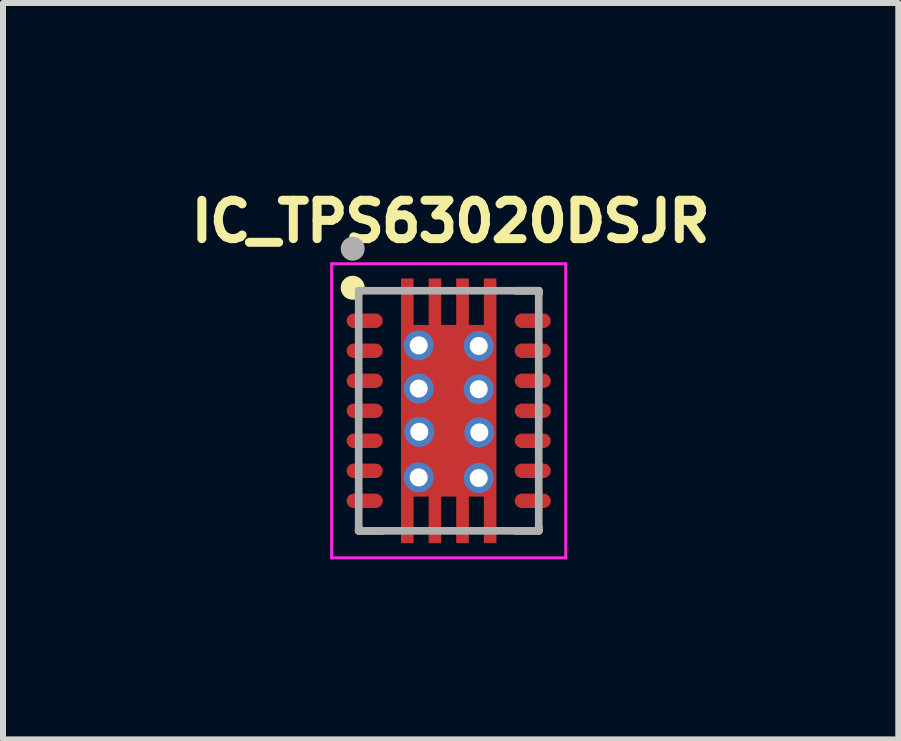
<source format=kicad_pcb>
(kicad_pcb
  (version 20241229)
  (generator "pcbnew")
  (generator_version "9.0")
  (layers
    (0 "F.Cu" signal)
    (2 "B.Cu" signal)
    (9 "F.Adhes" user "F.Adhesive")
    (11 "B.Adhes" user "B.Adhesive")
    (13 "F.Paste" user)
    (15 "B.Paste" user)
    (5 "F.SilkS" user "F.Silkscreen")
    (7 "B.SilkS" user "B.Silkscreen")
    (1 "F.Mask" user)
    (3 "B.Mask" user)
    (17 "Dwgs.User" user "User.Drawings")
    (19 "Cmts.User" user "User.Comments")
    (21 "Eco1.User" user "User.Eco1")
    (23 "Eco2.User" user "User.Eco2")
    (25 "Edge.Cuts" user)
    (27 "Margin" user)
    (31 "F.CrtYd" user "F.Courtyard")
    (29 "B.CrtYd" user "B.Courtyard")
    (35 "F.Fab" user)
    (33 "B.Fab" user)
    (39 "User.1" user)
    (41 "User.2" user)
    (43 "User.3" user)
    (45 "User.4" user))
  (footprint "IC_TPS63020DSJR"
    (layer "F.Cu")
    (at 4.426 3.794)
    (property "Reference" "IC_TPS63020DSJR" (at 0.032 -3.156 0) (layer "F.SilkS") (effects (font (size 0.64 0.64) (thickness 0.15))))
    (attr smd)
    (fp_poly (pts (xy -0.86 -2.27) (xy -0.52 -2.27) (xy -0.52 -1.495) (xy -0.4 -1.495) (xy -0.4 -2.27) (xy -0.06 -2.27) (xy -0.06 -1.495) (xy 0.06 -1.495) (xy 0.06 -2.27) (xy 0.4 -2.27) (xy 0.4 -1.495) (xy 0.52 -1.495) (xy 0.52 -2.27) (xy 0.86 -2.27) (xy 0.86 2.27) (xy 0.52 2.27) (xy 0.52 1.495) (xy 0.4 1.495) (xy 0.4 2.27) (xy 0.06 2.27) (xy 0.06 1.495) (xy -0.06 1.495) (xy -0.06 2.27) (xy -0.4 2.27) (xy -0.4 1.495) (xy -0.52 1.495) (xy -0.52 2.27) (xy -0.86 2.27)) (stroke (width 0.01) (type solid)) (fill yes) (layer "F.Mask"))
    (fp_poly (pts (xy -1.22 -1.69) (xy -1.21 -1.69) (xy -1.2 -1.689) (xy -1.19 -1.688) (xy -1.18 -1.686) (xy -1.171 -1.684) (xy -1.161 -1.681) (xy -1.152 -1.677) (xy -1.143 -1.674) (xy -1.134 -1.669) (xy -1.125 -1.665) (xy -1.117 -1.659) (xy -1.108 -1.654) (xy -1.1 -1.648) (xy -1.093 -1.641) (xy -1.086 -1.634) (xy -1.079 -1.627) (xy -1.072 -1.62) (xy -1.066 -1.612) (xy -1.061 -1.603) (xy -1.055 -1.595) (xy -1.051 -1.586) (xy -1.046 -1.577) (xy -1.043 -1.568) (xy -1.039 -1.559) (xy -1.036 -1.549) (xy -1.034 -1.54) (xy -1.032 -1.53) (xy -1.031 -1.52) (xy -1.03 -1.51) (xy -1.03 -1.5) (xy -1.03 -1.49) (xy -1.031 -1.48) (xy -1.032 -1.47) (xy -1.034 -1.46) (xy -1.036 -1.451) (xy -1.039 -1.441) (xy -1.043 -1.432) (xy -1.046 -1.423) (xy -1.051 -1.414) (xy -1.055 -1.405) (xy -1.061 -1.397) (xy -1.066 -1.388) (xy -1.072 -1.38) (xy -1.079 -1.373) (xy -1.086 -1.366) (xy -1.093 -1.359) (xy -1.1 -1.352) (xy -1.108 -1.346) (xy -1.117 -1.341) (xy -1.125 -1.335) (xy -1.134 -1.331) (xy -1.143 -1.326) (xy -1.152 -1.323) (xy -1.161 -1.319) (xy -1.171 -1.316) (xy -1.18 -1.314) (xy -1.19 -1.312) (xy -1.2 -1.311) (xy -1.21 -1.31) (xy -1.22 -1.31) (xy -1.58 -1.31) (xy -1.59 -1.31) (xy -1.6 -1.311) (xy -1.61 -1.312) (xy -1.62 -1.314) (xy -1.629 -1.316) (xy -1.639 -1.319) (xy -1.648 -1.323) (xy -1.657 -1.326) (xy -1.666 -1.331) (xy -1.675 -1.335) (xy -1.683 -1.341) (xy -1.692 -1.346) (xy -1.7 -1.352) (xy -1.707 -1.359) (xy -1.714 -1.366) (xy -1.721 -1.373) (xy -1.728 -1.38) (xy -1.734 -1.388) (xy -1.739 -1.397) (xy -1.745 -1.405) (xy -1.749 -1.414) (xy -1.754 -1.423) (xy -1.757 -1.432) (xy -1.761 -1.441) (xy -1.764 -1.451) (xy -1.766 -1.46) (xy -1.768 -1.47) (xy -1.769 -1.48) (xy -1.77 -1.49) (xy -1.77 -1.5) (xy -1.77 -1.51) (xy -1.769 -1.52) (xy -1.768 -1.53) (xy -1.766 -1.54) (xy -1.764 -1.549) (xy -1.761 -1.559) (xy -1.757 -1.568) (xy -1.754 -1.577) (xy -1.749 -1.586) (xy -1.745 -1.595) (xy -1.739 -1.603) (xy -1.734 -1.612) (xy -1.728 -1.62) (xy -1.721 -1.627) (xy -1.714 -1.634) (xy -1.707 -1.641) (xy -1.7 -1.648) (xy -1.692 -1.654) (xy -1.683 -1.659) (xy -1.675 -1.665) (xy -1.666 -1.669) (xy -1.657 -1.674) (xy -1.648 -1.677) (xy -1.639 -1.681) (xy -1.629 -1.684) (xy -1.62 -1.686) (xy -1.61 -1.688) (xy -1.6 -1.689) (xy -1.59 -1.69) (xy -1.58 -1.69) (xy -1.22 -1.69)) (stroke (width 0.01) (type solid)) (fill yes) (layer "F.Mask"))
    (fp_poly (pts (xy -1.22 -1.19) (xy -1.21 -1.19) (xy -1.2 -1.189) (xy -1.19 -1.188) (xy -1.18 -1.186) (xy -1.171 -1.184) (xy -1.161 -1.181) (xy -1.152 -1.177) (xy -1.143 -1.174) (xy -1.134 -1.169) (xy -1.125 -1.165) (xy -1.117 -1.159) (xy -1.108 -1.154) (xy -1.1 -1.148) (xy -1.093 -1.141) (xy -1.086 -1.134) (xy -1.079 -1.127) (xy -1.072 -1.12) (xy -1.066 -1.112) (xy -1.061 -1.103) (xy -1.055 -1.095) (xy -1.051 -1.086) (xy -1.046 -1.077) (xy -1.043 -1.068) (xy -1.039 -1.059) (xy -1.036 -1.049) (xy -1.034 -1.04) (xy -1.032 -1.03) (xy -1.031 -1.02) (xy -1.03 -1.01) (xy -1.03 -1) (xy -1.03 -0.99) (xy -1.031 -0.98) (xy -1.032 -0.97) (xy -1.034 -0.96) (xy -1.036 -0.951) (xy -1.039 -0.941) (xy -1.043 -0.932) (xy -1.046 -0.923) (xy -1.051 -0.914) (xy -1.055 -0.905) (xy -1.061 -0.897) (xy -1.066 -0.888) (xy -1.072 -0.88) (xy -1.079 -0.873) (xy -1.086 -0.866) (xy -1.093 -0.859) (xy -1.1 -0.852) (xy -1.108 -0.846) (xy -1.117 -0.841) (xy -1.125 -0.835) (xy -1.134 -0.831) (xy -1.143 -0.826) (xy -1.152 -0.823) (xy -1.161 -0.819) (xy -1.171 -0.816) (xy -1.18 -0.814) (xy -1.19 -0.812) (xy -1.2 -0.811) (xy -1.21 -0.81) (xy -1.22 -0.81) (xy -1.58 -0.81) (xy -1.59 -0.81) (xy -1.6 -0.811) (xy -1.61 -0.812) (xy -1.62 -0.814) (xy -1.629 -0.816) (xy -1.639 -0.819) (xy -1.648 -0.823) (xy -1.657 -0.826) (xy -1.666 -0.831) (xy -1.675 -0.835) (xy -1.683 -0.841) (xy -1.692 -0.846) (xy -1.7 -0.852) (xy -1.707 -0.859) (xy -1.714 -0.866) (xy -1.721 -0.873) (xy -1.728 -0.88) (xy -1.734 -0.888) (xy -1.739 -0.897) (xy -1.745 -0.905) (xy -1.749 -0.914) (xy -1.754 -0.923) (xy -1.757 -0.932) (xy -1.761 -0.941) (xy -1.764 -0.951) (xy -1.766 -0.96) (xy -1.768 -0.97) (xy -1.769 -0.98) (xy -1.77 -0.99) (xy -1.77 -1) (xy -1.77 -1.01) (xy -1.769 -1.02) (xy -1.768 -1.03) (xy -1.766 -1.04) (xy -1.764 -1.049) (xy -1.761 -1.059) (xy -1.757 -1.068) (xy -1.754 -1.077) (xy -1.749 -1.086) (xy -1.745 -1.095) (xy -1.739 -1.103) (xy -1.734 -1.112) (xy -1.728 -1.12) (xy -1.721 -1.127) (xy -1.714 -1.134) (xy -1.707 -1.141) (xy -1.7 -1.148) (xy -1.692 -1.154) (xy -1.683 -1.159) (xy -1.675 -1.165) (xy -1.666 -1.169) (xy -1.657 -1.174) (xy -1.648 -1.177) (xy -1.639 -1.181) (xy -1.629 -1.184) (xy -1.62 -1.186) (xy -1.61 -1.188) (xy -1.6 -1.189) (xy -1.59 -1.19) (xy -1.58 -1.19) (xy -1.22 -1.19)) (stroke (width 0.01) (type solid)) (fill yes) (layer "F.Mask"))
    (fp_poly (pts (xy -1.22 -0.69) (xy -1.21 -0.69) (xy -1.2 -0.689) (xy -1.19 -0.688) (xy -1.18 -0.686) (xy -1.171 -0.684) (xy -1.161 -0.681) (xy -1.152 -0.677) (xy -1.143 -0.674) (xy -1.134 -0.669) (xy -1.125 -0.665) (xy -1.117 -0.659) (xy -1.108 -0.654) (xy -1.1 -0.648) (xy -1.093 -0.641) (xy -1.086 -0.634) (xy -1.079 -0.627) (xy -1.072 -0.62) (xy -1.066 -0.612) (xy -1.061 -0.603) (xy -1.055 -0.595) (xy -1.051 -0.586) (xy -1.046 -0.577) (xy -1.043 -0.568) (xy -1.039 -0.559) (xy -1.036 -0.549) (xy -1.034 -0.54) (xy -1.032 -0.53) (xy -1.031 -0.52) (xy -1.03 -0.51) (xy -1.03 -0.5) (xy -1.03 -0.49) (xy -1.031 -0.48) (xy -1.032 -0.47) (xy -1.034 -0.46) (xy -1.036 -0.451) (xy -1.039 -0.441) (xy -1.043 -0.432) (xy -1.046 -0.423) (xy -1.051 -0.414) (xy -1.055 -0.405) (xy -1.061 -0.397) (xy -1.066 -0.388) (xy -1.072 -0.38) (xy -1.079 -0.373) (xy -1.086 -0.366) (xy -1.093 -0.359) (xy -1.1 -0.352) (xy -1.108 -0.346) (xy -1.117 -0.341) (xy -1.125 -0.335) (xy -1.134 -0.331) (xy -1.143 -0.326) (xy -1.152 -0.323) (xy -1.161 -0.319) (xy -1.171 -0.316) (xy -1.18 -0.314) (xy -1.19 -0.312) (xy -1.2 -0.311) (xy -1.21 -0.31) (xy -1.22 -0.31) (xy -1.58 -0.31) (xy -1.59 -0.31) (xy -1.6 -0.311) (xy -1.61 -0.312) (xy -1.62 -0.314) (xy -1.629 -0.316) (xy -1.639 -0.319) (xy -1.648 -0.323) (xy -1.657 -0.326) (xy -1.666 -0.331) (xy -1.675 -0.335) (xy -1.683 -0.341) (xy -1.692 -0.346) (xy -1.7 -0.352) (xy -1.707 -0.359) (xy -1.714 -0.366) (xy -1.721 -0.373) (xy -1.728 -0.38) (xy -1.734 -0.388) (xy -1.739 -0.397) (xy -1.745 -0.405) (xy -1.749 -0.414) (xy -1.754 -0.423) (xy -1.757 -0.432) (xy -1.761 -0.441) (xy -1.764 -0.451) (xy -1.766 -0.46) (xy -1.768 -0.47) (xy -1.769 -0.48) (xy -1.77 -0.49) (xy -1.77 -0.5) (xy -1.77 -0.51) (xy -1.769 -0.52) (xy -1.768 -0.53) (xy -1.766 -0.54) (xy -1.764 -0.549) (xy -1.761 -0.559) (xy -1.757 -0.568) (xy -1.754 -0.577) (xy -1.749 -0.586) (xy -1.745 -0.595) (xy -1.739 -0.603) (xy -1.734 -0.612) (xy -1.728 -0.62) (xy -1.721 -0.627) (xy -1.714 -0.634) (xy -1.707 -0.641) (xy -1.7 -0.648) (xy -1.692 -0.654) (xy -1.683 -0.659) (xy -1.675 -0.665) (xy -1.666 -0.669) (xy -1.657 -0.674) (xy -1.648 -0.677) (xy -1.639 -0.681) (xy -1.629 -0.684) (xy -1.62 -0.686) (xy -1.61 -0.688) (xy -1.6 -0.689) (xy -1.59 -0.69) (xy -1.58 -0.69) (xy -1.22 -0.69)) (stroke (width 0.01) (type solid)) (fill yes) (layer "F.Mask"))
    (fp_poly (pts (xy -1.22 -0.19) (xy -1.21 -0.19) (xy -1.2 -0.189) (xy -1.19 -0.188) (xy -1.18 -0.186) (xy -1.171 -0.184) (xy -1.161 -0.181) (xy -1.152 -0.177) (xy -1.143 -0.174) (xy -1.134 -0.169) (xy -1.125 -0.165) (xy -1.117 -0.159) (xy -1.108 -0.154) (xy -1.1 -0.148) (xy -1.093 -0.141) (xy -1.086 -0.134) (xy -1.079 -0.127) (xy -1.072 -0.12) (xy -1.066 -0.112) (xy -1.061 -0.103) (xy -1.055 -0.095) (xy -1.051 -0.086) (xy -1.046 -0.077) (xy -1.043 -0.068) (xy -1.039 -0.059) (xy -1.036 -0.049) (xy -1.034 -0.04) (xy -1.032 -0.03) (xy -1.031 -0.02) (xy -1.03 -0.01) (xy -1.03 0) (xy -1.03 0.01) (xy -1.031 0.02) (xy -1.032 0.03) (xy -1.034 0.04) (xy -1.036 0.049) (xy -1.039 0.059) (xy -1.043 0.068) (xy -1.046 0.077) (xy -1.051 0.086) (xy -1.055 0.095) (xy -1.061 0.103) (xy -1.066 0.112) (xy -1.072 0.12) (xy -1.079 0.127) (xy -1.086 0.134) (xy -1.093 0.141) (xy -1.1 0.148) (xy -1.108 0.154) (xy -1.117 0.159) (xy -1.125 0.165) (xy -1.134 0.169) (xy -1.143 0.174) (xy -1.152 0.177) (xy -1.161 0.181) (xy -1.171 0.184) (xy -1.18 0.186) (xy -1.19 0.188) (xy -1.2 0.189) (xy -1.21 0.19) (xy -1.22 0.19) (xy -1.58 0.19) (xy -1.59 0.19) (xy -1.6 0.189) (xy -1.61 0.188) (xy -1.62 0.186) (xy -1.629 0.184) (xy -1.639 0.181) (xy -1.648 0.177) (xy -1.657 0.174) (xy -1.666 0.169) (xy -1.675 0.165) (xy -1.683 0.159) (xy -1.692 0.154) (xy -1.7 0.148) (xy -1.707 0.141) (xy -1.714 0.134) (xy -1.721 0.127) (xy -1.728 0.12) (xy -1.734 0.112) (xy -1.739 0.103) (xy -1.745 0.095) (xy -1.749 0.086) (xy -1.754 0.077) (xy -1.757 0.068) (xy -1.761 0.059) (xy -1.764 0.049) (xy -1.766 0.04) (xy -1.768 0.03) (xy -1.769 0.02) (xy -1.77 0.01) (xy -1.77 0) (xy -1.77 -0.01) (xy -1.769 -0.02) (xy -1.768 -0.03) (xy -1.766 -0.04) (xy -1.764 -0.049) (xy -1.761 -0.059) (xy -1.757 -0.068) (xy -1.754 -0.077) (xy -1.749 -0.086) (xy -1.745 -0.095) (xy -1.739 -0.103) (xy -1.734 -0.112) (xy -1.728 -0.12) (xy -1.721 -0.127) (xy -1.714 -0.134) (xy -1.707 -0.141) (xy -1.7 -0.148) (xy -1.692 -0.154) (xy -1.683 -0.159) (xy -1.675 -0.165) (xy -1.666 -0.169) (xy -1.657 -0.174) (xy -1.648 -0.177) (xy -1.639 -0.181) (xy -1.629 -0.184) (xy -1.62 -0.186) (xy -1.61 -0.188) (xy -1.6 -0.189) (xy -1.59 -0.19) (xy -1.58 -0.19) (xy -1.22 -0.19)) (stroke (width 0.01) (type solid)) (fill yes) (layer "F.Mask"))
    (fp_poly (pts (xy -1.22 0.31) (xy -1.21 0.31) (xy -1.2 0.311) (xy -1.19 0.312) (xy -1.18 0.314) (xy -1.171 0.316) (xy -1.161 0.319) (xy -1.152 0.323) (xy -1.143 0.326) (xy -1.134 0.331) (xy -1.125 0.335) (xy -1.117 0.341) (xy -1.108 0.346) (xy -1.1 0.352) (xy -1.093 0.359) (xy -1.086 0.366) (xy -1.079 0.373) (xy -1.072 0.38) (xy -1.066 0.388) (xy -1.061 0.397) (xy -1.055 0.405) (xy -1.051 0.414) (xy -1.046 0.423) (xy -1.043 0.432) (xy -1.039 0.441) (xy -1.036 0.451) (xy -1.034 0.46) (xy -1.032 0.47) (xy -1.031 0.48) (xy -1.03 0.49) (xy -1.03 0.5) (xy -1.03 0.51) (xy -1.031 0.52) (xy -1.032 0.53) (xy -1.034 0.54) (xy -1.036 0.549) (xy -1.039 0.559) (xy -1.043 0.568) (xy -1.046 0.577) (xy -1.051 0.586) (xy -1.055 0.595) (xy -1.061 0.603) (xy -1.066 0.612) (xy -1.072 0.62) (xy -1.079 0.627) (xy -1.086 0.634) (xy -1.093 0.641) (xy -1.1 0.648) (xy -1.108 0.654) (xy -1.117 0.659) (xy -1.125 0.665) (xy -1.134 0.669) (xy -1.143 0.674) (xy -1.152 0.677) (xy -1.161 0.681) (xy -1.171 0.684) (xy -1.18 0.686) (xy -1.19 0.688) (xy -1.2 0.689) (xy -1.21 0.69) (xy -1.22 0.69) (xy -1.58 0.69) (xy -1.59 0.69) (xy -1.6 0.689) (xy -1.61 0.688) (xy -1.62 0.686) (xy -1.629 0.684) (xy -1.639 0.681) (xy -1.648 0.677) (xy -1.657 0.674) (xy -1.666 0.669) (xy -1.675 0.665) (xy -1.683 0.659) (xy -1.692 0.654) (xy -1.7 0.648) (xy -1.707 0.641) (xy -1.714 0.634) (xy -1.721 0.627) (xy -1.728 0.62) (xy -1.734 0.612) (xy -1.739 0.603) (xy -1.745 0.595) (xy -1.749 0.586) (xy -1.754 0.577) (xy -1.757 0.568) (xy -1.761 0.559) (xy -1.764 0.549) (xy -1.766 0.54) (xy -1.768 0.53) (xy -1.769 0.52) (xy -1.77 0.51) (xy -1.77 0.5) (xy -1.77 0.49) (xy -1.769 0.48) (xy -1.768 0.47) (xy -1.766 0.46) (xy -1.764 0.451) (xy -1.761 0.441) (xy -1.757 0.432) (xy -1.754 0.423) (xy -1.749 0.414) (xy -1.745 0.405) (xy -1.739 0.397) (xy -1.734 0.388) (xy -1.728 0.38) (xy -1.721 0.373) (xy -1.714 0.366) (xy -1.707 0.359) (xy -1.7 0.352) (xy -1.692 0.346) (xy -1.683 0.341) (xy -1.675 0.335) (xy -1.666 0.331) (xy -1.657 0.326) (xy -1.648 0.323) (xy -1.639 0.319) (xy -1.629 0.316) (xy -1.62 0.314) (xy -1.61 0.312) (xy -1.6 0.311) (xy -1.59 0.31) (xy -1.58 0.31) (xy -1.22 0.31)) (stroke (width 0.01) (type solid)) (fill yes) (layer "F.Mask"))
    (fp_poly (pts (xy -1.22 0.81) (xy -1.21 0.81) (xy -1.2 0.811) (xy -1.19 0.812) (xy -1.18 0.814) (xy -1.171 0.816) (xy -1.161 0.819) (xy -1.152 0.823) (xy -1.143 0.826) (xy -1.134 0.831) (xy -1.125 0.835) (xy -1.117 0.841) (xy -1.108 0.846) (xy -1.1 0.852) (xy -1.093 0.859) (xy -1.086 0.866) (xy -1.079 0.873) (xy -1.072 0.88) (xy -1.066 0.888) (xy -1.061 0.897) (xy -1.055 0.905) (xy -1.051 0.914) (xy -1.046 0.923) (xy -1.043 0.932) (xy -1.039 0.941) (xy -1.036 0.951) (xy -1.034 0.96) (xy -1.032 0.97) (xy -1.031 0.98) (xy -1.03 0.99) (xy -1.03 1) (xy -1.03 1.01) (xy -1.031 1.02) (xy -1.032 1.03) (xy -1.034 1.04) (xy -1.036 1.049) (xy -1.039 1.059) (xy -1.043 1.068) (xy -1.046 1.077) (xy -1.051 1.086) (xy -1.055 1.095) (xy -1.061 1.103) (xy -1.066 1.112) (xy -1.072 1.12) (xy -1.079 1.127) (xy -1.086 1.134) (xy -1.093 1.141) (xy -1.1 1.148) (xy -1.108 1.154) (xy -1.117 1.159) (xy -1.125 1.165) (xy -1.134 1.169) (xy -1.143 1.174) (xy -1.152 1.177) (xy -1.161 1.181) (xy -1.171 1.184) (xy -1.18 1.186) (xy -1.19 1.188) (xy -1.2 1.189) (xy -1.21 1.19) (xy -1.22 1.19) (xy -1.58 1.19) (xy -1.59 1.19) (xy -1.6 1.189) (xy -1.61 1.188) (xy -1.62 1.186) (xy -1.629 1.184) (xy -1.639 1.181) (xy -1.648 1.177) (xy -1.657 1.174) (xy -1.666 1.169) (xy -1.675 1.165) (xy -1.683 1.159) (xy -1.692 1.154) (xy -1.7 1.148) (xy -1.707 1.141) (xy -1.714 1.134) (xy -1.721 1.127) (xy -1.728 1.12) (xy -1.734 1.112) (xy -1.739 1.103) (xy -1.745 1.095) (xy -1.749 1.086) (xy -1.754 1.077) (xy -1.757 1.068) (xy -1.761 1.059) (xy -1.764 1.049) (xy -1.766 1.04) (xy -1.768 1.03) (xy -1.769 1.02) (xy -1.77 1.01) (xy -1.77 1) (xy -1.77 0.99) (xy -1.769 0.98) (xy -1.768 0.97) (xy -1.766 0.96) (xy -1.764 0.951) (xy -1.761 0.941) (xy -1.757 0.932) (xy -1.754 0.923) (xy -1.749 0.914) (xy -1.745 0.905) (xy -1.739 0.897) (xy -1.734 0.888) (xy -1.728 0.88) (xy -1.721 0.873) (xy -1.714 0.866) (xy -1.707 0.859) (xy -1.7 0.852) (xy -1.692 0.846) (xy -1.683 0.841) (xy -1.675 0.835) (xy -1.666 0.831) (xy -1.657 0.826) (xy -1.648 0.823) (xy -1.639 0.819) (xy -1.629 0.816) (xy -1.62 0.814) (xy -1.61 0.812) (xy -1.6 0.811) (xy -1.59 0.81) (xy -1.58 0.81) (xy -1.22 0.81)) (stroke (width 0.01) (type solid)) (fill yes) (layer "F.Mask"))
    (fp_poly (pts (xy -1.22 1.31) (xy -1.21 1.31) (xy -1.2 1.311) (xy -1.19 1.312) (xy -1.18 1.314) (xy -1.171 1.316) (xy -1.161 1.319) (xy -1.152 1.323) (xy -1.143 1.326) (xy -1.134 1.331) (xy -1.125 1.335) (xy -1.117 1.341) (xy -1.108 1.346) (xy -1.1 1.352) (xy -1.093 1.359) (xy -1.086 1.366) (xy -1.079 1.373) (xy -1.072 1.38) (xy -1.066 1.388) (xy -1.061 1.397) (xy -1.055 1.405) (xy -1.051 1.414) (xy -1.046 1.423) (xy -1.043 1.432) (xy -1.039 1.441) (xy -1.036 1.451) (xy -1.034 1.46) (xy -1.032 1.47) (xy -1.031 1.48) (xy -1.03 1.49) (xy -1.03 1.5) (xy -1.03 1.51) (xy -1.031 1.52) (xy -1.032 1.53) (xy -1.034 1.54) (xy -1.036 1.549) (xy -1.039 1.559) (xy -1.043 1.568) (xy -1.046 1.577) (xy -1.051 1.586) (xy -1.055 1.595) (xy -1.061 1.603) (xy -1.066 1.612) (xy -1.072 1.62) (xy -1.079 1.627) (xy -1.086 1.634) (xy -1.093 1.641) (xy -1.1 1.648) (xy -1.108 1.654) (xy -1.117 1.659) (xy -1.125 1.665) (xy -1.134 1.669) (xy -1.143 1.674) (xy -1.152 1.677) (xy -1.161 1.681) (xy -1.171 1.684) (xy -1.18 1.686) (xy -1.19 1.688) (xy -1.2 1.689) (xy -1.21 1.69) (xy -1.22 1.69) (xy -1.58 1.69) (xy -1.59 1.69) (xy -1.6 1.689) (xy -1.61 1.688) (xy -1.62 1.686) (xy -1.629 1.684) (xy -1.639 1.681) (xy -1.648 1.677) (xy -1.657 1.674) (xy -1.666 1.669) (xy -1.675 1.665) (xy -1.683 1.659) (xy -1.692 1.654) (xy -1.7 1.648) (xy -1.707 1.641) (xy -1.714 1.634) (xy -1.721 1.627) (xy -1.728 1.62) (xy -1.734 1.612) (xy -1.739 1.603) (xy -1.745 1.595) (xy -1.749 1.586) (xy -1.754 1.577) (xy -1.757 1.568) (xy -1.761 1.559) (xy -1.764 1.549) (xy -1.766 1.54) (xy -1.768 1.53) (xy -1.769 1.52) (xy -1.77 1.51) (xy -1.77 1.5) (xy -1.77 1.49) (xy -1.769 1.48) (xy -1.768 1.47) (xy -1.766 1.46) (xy -1.764 1.451) (xy -1.761 1.441) (xy -1.757 1.432) (xy -1.754 1.423) (xy -1.749 1.414) (xy -1.745 1.405) (xy -1.739 1.397) (xy -1.734 1.388) (xy -1.728 1.38) (xy -1.721 1.373) (xy -1.714 1.366) (xy -1.707 1.359) (xy -1.7 1.352) (xy -1.692 1.346) (xy -1.683 1.341) (xy -1.675 1.335) (xy -1.666 1.331) (xy -1.657 1.326) (xy -1.648 1.323) (xy -1.639 1.319) (xy -1.629 1.316) (xy -1.62 1.314) (xy -1.61 1.312) (xy -1.6 1.311) (xy -1.59 1.31) (xy -1.58 1.31) (xy -1.22 1.31)) (stroke (width 0.01) (type solid)) (fill yes) (layer "F.Mask"))
    (fp_poly (pts (xy 1.58 -1.69) (xy 1.59 -1.69) (xy 1.6 -1.689) (xy 1.61 -1.688) (xy 1.62 -1.686) (xy 1.629 -1.684) (xy 1.639 -1.681) (xy 1.648 -1.677) (xy 1.657 -1.674) (xy 1.666 -1.669) (xy 1.675 -1.665) (xy 1.683 -1.659) (xy 1.692 -1.654) (xy 1.7 -1.648) (xy 1.707 -1.641) (xy 1.714 -1.634) (xy 1.721 -1.627) (xy 1.728 -1.62) (xy 1.734 -1.612) (xy 1.739 -1.603) (xy 1.745 -1.595) (xy 1.749 -1.586) (xy 1.754 -1.577) (xy 1.757 -1.568) (xy 1.761 -1.559) (xy 1.764 -1.549) (xy 1.766 -1.54) (xy 1.768 -1.53) (xy 1.769 -1.52) (xy 1.77 -1.51) (xy 1.77 -1.5) (xy 1.77 -1.49) (xy 1.769 -1.48) (xy 1.768 -1.47) (xy 1.766 -1.46) (xy 1.764 -1.451) (xy 1.761 -1.441) (xy 1.757 -1.432) (xy 1.754 -1.423) (xy 1.749 -1.414) (xy 1.745 -1.405) (xy 1.739 -1.397) (xy 1.734 -1.388) (xy 1.728 -1.38) (xy 1.721 -1.373) (xy 1.714 -1.366) (xy 1.707 -1.359) (xy 1.7 -1.352) (xy 1.692 -1.346) (xy 1.683 -1.341) (xy 1.675 -1.335) (xy 1.666 -1.331) (xy 1.657 -1.326) (xy 1.648 -1.323) (xy 1.639 -1.319) (xy 1.629 -1.316) (xy 1.62 -1.314) (xy 1.61 -1.312) (xy 1.6 -1.311) (xy 1.59 -1.31) (xy 1.58 -1.31) (xy 1.22 -1.31) (xy 1.21 -1.31) (xy 1.2 -1.311) (xy 1.19 -1.312) (xy 1.18 -1.314) (xy 1.171 -1.316) (xy 1.161 -1.319) (xy 1.152 -1.323) (xy 1.143 -1.326) (xy 1.134 -1.331) (xy 1.125 -1.335) (xy 1.117 -1.341) (xy 1.108 -1.346) (xy 1.1 -1.352) (xy 1.093 -1.359) (xy 1.086 -1.366) (xy 1.079 -1.373) (xy 1.072 -1.38) (xy 1.066 -1.388) (xy 1.061 -1.397) (xy 1.055 -1.405) (xy 1.051 -1.414) (xy 1.046 -1.423) (xy 1.043 -1.432) (xy 1.039 -1.441) (xy 1.036 -1.451) (xy 1.034 -1.46) (xy 1.032 -1.47) (xy 1.031 -1.48) (xy 1.03 -1.49) (xy 1.03 -1.5) (xy 1.03 -1.51) (xy 1.031 -1.52) (xy 1.032 -1.53) (xy 1.034 -1.54) (xy 1.036 -1.549) (xy 1.039 -1.559) (xy 1.043 -1.568) (xy 1.046 -1.577) (xy 1.051 -1.586) (xy 1.055 -1.595) (xy 1.061 -1.603) (xy 1.066 -1.612) (xy 1.072 -1.62) (xy 1.079 -1.627) (xy 1.086 -1.634) (xy 1.093 -1.641) (xy 1.1 -1.648) (xy 1.108 -1.654) (xy 1.117 -1.659) (xy 1.125 -1.665) (xy 1.134 -1.669) (xy 1.143 -1.674) (xy 1.152 -1.677) (xy 1.161 -1.681) (xy 1.171 -1.684) (xy 1.18 -1.686) (xy 1.19 -1.688) (xy 1.2 -1.689) (xy 1.21 -1.69) (xy 1.22 -1.69) (xy 1.58 -1.69)) (stroke (width 0.01) (type solid)) (fill yes) (layer "F.Mask"))
    (fp_poly (pts (xy 1.58 -1.19) (xy 1.59 -1.19) (xy 1.6 -1.189) (xy 1.61 -1.188) (xy 1.62 -1.186) (xy 1.629 -1.184) (xy 1.639 -1.181) (xy 1.648 -1.177) (xy 1.657 -1.174) (xy 1.666 -1.169) (xy 1.675 -1.165) (xy 1.683 -1.159) (xy 1.692 -1.154) (xy 1.7 -1.148) (xy 1.707 -1.141) (xy 1.714 -1.134) (xy 1.721 -1.127) (xy 1.728 -1.12) (xy 1.734 -1.112) (xy 1.739 -1.103) (xy 1.745 -1.095) (xy 1.749 -1.086) (xy 1.754 -1.077) (xy 1.757 -1.068) (xy 1.761 -1.059) (xy 1.764 -1.049) (xy 1.766 -1.04) (xy 1.768 -1.03) (xy 1.769 -1.02) (xy 1.77 -1.01) (xy 1.77 -1) (xy 1.77 -0.99) (xy 1.769 -0.98) (xy 1.768 -0.97) (xy 1.766 -0.96) (xy 1.764 -0.951) (xy 1.761 -0.941) (xy 1.757 -0.932) (xy 1.754 -0.923) (xy 1.749 -0.914) (xy 1.745 -0.905) (xy 1.739 -0.897) (xy 1.734 -0.888) (xy 1.728 -0.88) (xy 1.721 -0.873) (xy 1.714 -0.866) (xy 1.707 -0.859) (xy 1.7 -0.852) (xy 1.692 -0.846) (xy 1.683 -0.841) (xy 1.675 -0.835) (xy 1.666 -0.831) (xy 1.657 -0.826) (xy 1.648 -0.823) (xy 1.639 -0.819) (xy 1.629 -0.816) (xy 1.62 -0.814) (xy 1.61 -0.812) (xy 1.6 -0.811) (xy 1.59 -0.81) (xy 1.58 -0.81) (xy 1.22 -0.81) (xy 1.21 -0.81) (xy 1.2 -0.811) (xy 1.19 -0.812) (xy 1.18 -0.814) (xy 1.171 -0.816) (xy 1.161 -0.819) (xy 1.152 -0.823) (xy 1.143 -0.826) (xy 1.134 -0.831) (xy 1.125 -0.835) (xy 1.117 -0.841) (xy 1.108 -0.846) (xy 1.1 -0.852) (xy 1.093 -0.859) (xy 1.086 -0.866) (xy 1.079 -0.873) (xy 1.072 -0.88) (xy 1.066 -0.888) (xy 1.061 -0.897) (xy 1.055 -0.905) (xy 1.051 -0.914) (xy 1.046 -0.923) (xy 1.043 -0.932) (xy 1.039 -0.941) (xy 1.036 -0.951) (xy 1.034 -0.96) (xy 1.032 -0.97) (xy 1.031 -0.98) (xy 1.03 -0.99) (xy 1.03 -1) (xy 1.03 -1.01) (xy 1.031 -1.02) (xy 1.032 -1.03) (xy 1.034 -1.04) (xy 1.036 -1.049) (xy 1.039 -1.059) (xy 1.043 -1.068) (xy 1.046 -1.077) (xy 1.051 -1.086) (xy 1.055 -1.095) (xy 1.061 -1.103) (xy 1.066 -1.112) (xy 1.072 -1.12) (xy 1.079 -1.127) (xy 1.086 -1.134) (xy 1.093 -1.141) (xy 1.1 -1.148) (xy 1.108 -1.154) (xy 1.117 -1.159) (xy 1.125 -1.165) (xy 1.134 -1.169) (xy 1.143 -1.174) (xy 1.152 -1.177) (xy 1.161 -1.181) (xy 1.171 -1.184) (xy 1.18 -1.186) (xy 1.19 -1.188) (xy 1.2 -1.189) (xy 1.21 -1.19) (xy 1.22 -1.19) (xy 1.58 -1.19)) (stroke (width 0.01) (type solid)) (fill yes) (layer "F.Mask"))
    (fp_poly (pts (xy 1.58 -0.69) (xy 1.59 -0.69) (xy 1.6 -0.689) (xy 1.61 -0.688) (xy 1.62 -0.686) (xy 1.629 -0.684) (xy 1.639 -0.681) (xy 1.648 -0.677) (xy 1.657 -0.674) (xy 1.666 -0.669) (xy 1.675 -0.665) (xy 1.683 -0.659) (xy 1.692 -0.654) (xy 1.7 -0.648) (xy 1.707 -0.641) (xy 1.714 -0.634) (xy 1.721 -0.627) (xy 1.728 -0.62) (xy 1.734 -0.612) (xy 1.739 -0.603) (xy 1.745 -0.595) (xy 1.749 -0.586) (xy 1.754 -0.577) (xy 1.757 -0.568) (xy 1.761 -0.559) (xy 1.764 -0.549) (xy 1.766 -0.54) (xy 1.768 -0.53) (xy 1.769 -0.52) (xy 1.77 -0.51) (xy 1.77 -0.5) (xy 1.77 -0.49) (xy 1.769 -0.48) (xy 1.768 -0.47) (xy 1.766 -0.46) (xy 1.764 -0.451) (xy 1.761 -0.441) (xy 1.757 -0.432) (xy 1.754 -0.423) (xy 1.749 -0.414) (xy 1.745 -0.405) (xy 1.739 -0.397) (xy 1.734 -0.388) (xy 1.728 -0.38) (xy 1.721 -0.373) (xy 1.714 -0.366) (xy 1.707 -0.359) (xy 1.7 -0.352) (xy 1.692 -0.346) (xy 1.683 -0.341) (xy 1.675 -0.335) (xy 1.666 -0.331) (xy 1.657 -0.326) (xy 1.648 -0.323) (xy 1.639 -0.319) (xy 1.629 -0.316) (xy 1.62 -0.314) (xy 1.61 -0.312) (xy 1.6 -0.311) (xy 1.59 -0.31) (xy 1.58 -0.31) (xy 1.22 -0.31) (xy 1.21 -0.31) (xy 1.2 -0.311) (xy 1.19 -0.312) (xy 1.18 -0.314) (xy 1.171 -0.316) (xy 1.161 -0.319) (xy 1.152 -0.323) (xy 1.143 -0.326) (xy 1.134 -0.331) (xy 1.125 -0.335) (xy 1.117 -0.341) (xy 1.108 -0.346) (xy 1.1 -0.352) (xy 1.093 -0.359) (xy 1.086 -0.366) (xy 1.079 -0.373) (xy 1.072 -0.38) (xy 1.066 -0.388) (xy 1.061 -0.397) (xy 1.055 -0.405) (xy 1.051 -0.414) (xy 1.046 -0.423) (xy 1.043 -0.432) (xy 1.039 -0.441) (xy 1.036 -0.451) (xy 1.034 -0.46) (xy 1.032 -0.47) (xy 1.031 -0.48) (xy 1.03 -0.49) (xy 1.03 -0.5) (xy 1.03 -0.51) (xy 1.031 -0.52) (xy 1.032 -0.53) (xy 1.034 -0.54) (xy 1.036 -0.549) (xy 1.039 -0.559) (xy 1.043 -0.568) (xy 1.046 -0.577) (xy 1.051 -0.586) (xy 1.055 -0.595) (xy 1.061 -0.603) (xy 1.066 -0.612) (xy 1.072 -0.62) (xy 1.079 -0.627) (xy 1.086 -0.634) (xy 1.093 -0.641) (xy 1.1 -0.648) (xy 1.108 -0.654) (xy 1.117 -0.659) (xy 1.125 -0.665) (xy 1.134 -0.669) (xy 1.143 -0.674) (xy 1.152 -0.677) (xy 1.161 -0.681) (xy 1.171 -0.684) (xy 1.18 -0.686) (xy 1.19 -0.688) (xy 1.2 -0.689) (xy 1.21 -0.69) (xy 1.22 -0.69) (xy 1.58 -0.69)) (stroke (width 0.01) (type solid)) (fill yes) (layer "F.Mask"))
    (fp_poly (pts (xy 1.58 -0.19) (xy 1.59 -0.19) (xy 1.6 -0.189) (xy 1.61 -0.188) (xy 1.62 -0.186) (xy 1.629 -0.184) (xy 1.639 -0.181) (xy 1.648 -0.177) (xy 1.657 -0.174) (xy 1.666 -0.169) (xy 1.675 -0.165) (xy 1.683 -0.159) (xy 1.692 -0.154) (xy 1.7 -0.148) (xy 1.707 -0.141) (xy 1.714 -0.134) (xy 1.721 -0.127) (xy 1.728 -0.12) (xy 1.734 -0.112) (xy 1.739 -0.103) (xy 1.745 -0.095) (xy 1.749 -0.086) (xy 1.754 -0.077) (xy 1.757 -0.068) (xy 1.761 -0.059) (xy 1.764 -0.049) (xy 1.766 -0.04) (xy 1.768 -0.03) (xy 1.769 -0.02) (xy 1.77 -0.01) (xy 1.77 0) (xy 1.77 0.01) (xy 1.769 0.02) (xy 1.768 0.03) (xy 1.766 0.04) (xy 1.764 0.049) (xy 1.761 0.059) (xy 1.757 0.068) (xy 1.754 0.077) (xy 1.749 0.086) (xy 1.745 0.095) (xy 1.739 0.103) (xy 1.734 0.112) (xy 1.728 0.12) (xy 1.721 0.127) (xy 1.714 0.134) (xy 1.707 0.141) (xy 1.7 0.148) (xy 1.692 0.154) (xy 1.683 0.159) (xy 1.675 0.165) (xy 1.666 0.169) (xy 1.657 0.174) (xy 1.648 0.177) (xy 1.639 0.181) (xy 1.629 0.184) (xy 1.62 0.186) (xy 1.61 0.188) (xy 1.6 0.189) (xy 1.59 0.19) (xy 1.58 0.19) (xy 1.22 0.19) (xy 1.21 0.19) (xy 1.2 0.189) (xy 1.19 0.188) (xy 1.18 0.186) (xy 1.171 0.184) (xy 1.161 0.181) (xy 1.152 0.177) (xy 1.143 0.174) (xy 1.134 0.169) (xy 1.125 0.165) (xy 1.117 0.159) (xy 1.108 0.154) (xy 1.1 0.148) (xy 1.093 0.141) (xy 1.086 0.134) (xy 1.079 0.127) (xy 1.072 0.12) (xy 1.066 0.112) (xy 1.061 0.103) (xy 1.055 0.095) (xy 1.051 0.086) (xy 1.046 0.077) (xy 1.043 0.068) (xy 1.039 0.059) (xy 1.036 0.049) (xy 1.034 0.04) (xy 1.032 0.03) (xy 1.031 0.02) (xy 1.03 0.01) (xy 1.03 0) (xy 1.03 -0.01) (xy 1.031 -0.02) (xy 1.032 -0.03) (xy 1.034 -0.04) (xy 1.036 -0.049) (xy 1.039 -0.059) (xy 1.043 -0.068) (xy 1.046 -0.077) (xy 1.051 -0.086) (xy 1.055 -0.095) (xy 1.061 -0.103) (xy 1.066 -0.112) (xy 1.072 -0.12) (xy 1.079 -0.127) (xy 1.086 -0.134) (xy 1.093 -0.141) (xy 1.1 -0.148) (xy 1.108 -0.154) (xy 1.117 -0.159) (xy 1.125 -0.165) (xy 1.134 -0.169) (xy 1.143 -0.174) (xy 1.152 -0.177) (xy 1.161 -0.181) (xy 1.171 -0.184) (xy 1.18 -0.186) (xy 1.19 -0.188) (xy 1.2 -0.189) (xy 1.21 -0.19) (xy 1.22 -0.19) (xy 1.58 -0.19)) (stroke (width 0.01) (type solid)) (fill yes) (layer "F.Mask"))
    (fp_poly (pts (xy 1.58 0.31) (xy 1.59 0.31) (xy 1.6 0.311) (xy 1.61 0.312) (xy 1.62 0.314) (xy 1.629 0.316) (xy 1.639 0.319) (xy 1.648 0.323) (xy 1.657 0.326) (xy 1.666 0.331) (xy 1.675 0.335) (xy 1.683 0.341) (xy 1.692 0.346) (xy 1.7 0.352) (xy 1.707 0.359) (xy 1.714 0.366) (xy 1.721 0.373) (xy 1.728 0.38) (xy 1.734 0.388) (xy 1.739 0.397) (xy 1.745 0.405) (xy 1.749 0.414) (xy 1.754 0.423) (xy 1.757 0.432) (xy 1.761 0.441) (xy 1.764 0.451) (xy 1.766 0.46) (xy 1.768 0.47) (xy 1.769 0.48) (xy 1.77 0.49) (xy 1.77 0.5) (xy 1.77 0.51) (xy 1.769 0.52) (xy 1.768 0.53) (xy 1.766 0.54) (xy 1.764 0.549) (xy 1.761 0.559) (xy 1.757 0.568) (xy 1.754 0.577) (xy 1.749 0.586) (xy 1.745 0.595) (xy 1.739 0.603) (xy 1.734 0.612) (xy 1.728 0.62) (xy 1.721 0.627) (xy 1.714 0.634) (xy 1.707 0.641) (xy 1.7 0.648) (xy 1.692 0.654) (xy 1.683 0.659) (xy 1.675 0.665) (xy 1.666 0.669) (xy 1.657 0.674) (xy 1.648 0.677) (xy 1.639 0.681) (xy 1.629 0.684) (xy 1.62 0.686) (xy 1.61 0.688) (xy 1.6 0.689) (xy 1.59 0.69) (xy 1.58 0.69) (xy 1.22 0.69) (xy 1.21 0.69) (xy 1.2 0.689) (xy 1.19 0.688) (xy 1.18 0.686) (xy 1.171 0.684) (xy 1.161 0.681) (xy 1.152 0.677) (xy 1.143 0.674) (xy 1.134 0.669) (xy 1.125 0.665) (xy 1.117 0.659) (xy 1.108 0.654) (xy 1.1 0.648) (xy 1.093 0.641) (xy 1.086 0.634) (xy 1.079 0.627) (xy 1.072 0.62) (xy 1.066 0.612) (xy 1.061 0.603) (xy 1.055 0.595) (xy 1.051 0.586) (xy 1.046 0.577) (xy 1.043 0.568) (xy 1.039 0.559) (xy 1.036 0.549) (xy 1.034 0.54) (xy 1.032 0.53) (xy 1.031 0.52) (xy 1.03 0.51) (xy 1.03 0.5) (xy 1.03 0.49) (xy 1.031 0.48) (xy 1.032 0.47) (xy 1.034 0.46) (xy 1.036 0.451) (xy 1.039 0.441) (xy 1.043 0.432) (xy 1.046 0.423) (xy 1.051 0.414) (xy 1.055 0.405) (xy 1.061 0.397) (xy 1.066 0.388) (xy 1.072 0.38) (xy 1.079 0.373) (xy 1.086 0.366) (xy 1.093 0.359) (xy 1.1 0.352) (xy 1.108 0.346) (xy 1.117 0.341) (xy 1.125 0.335) (xy 1.134 0.331) (xy 1.143 0.326) (xy 1.152 0.323) (xy 1.161 0.319) (xy 1.171 0.316) (xy 1.18 0.314) (xy 1.19 0.312) (xy 1.2 0.311) (xy 1.21 0.31) (xy 1.22 0.31) (xy 1.58 0.31)) (stroke (width 0.01) (type solid)) (fill yes) (layer "F.Mask"))
    (fp_poly (pts (xy 1.58 0.81) (xy 1.59 0.81) (xy 1.6 0.811) (xy 1.61 0.812) (xy 1.62 0.814) (xy 1.629 0.816) (xy 1.639 0.819) (xy 1.648 0.823) (xy 1.657 0.826) (xy 1.666 0.831) (xy 1.675 0.835) (xy 1.683 0.841) (xy 1.692 0.846) (xy 1.7 0.852) (xy 1.707 0.859) (xy 1.714 0.866) (xy 1.721 0.873) (xy 1.728 0.88) (xy 1.734 0.888) (xy 1.739 0.897) (xy 1.745 0.905) (xy 1.749 0.914) (xy 1.754 0.923) (xy 1.757 0.932) (xy 1.761 0.941) (xy 1.764 0.951) (xy 1.766 0.96) (xy 1.768 0.97) (xy 1.769 0.98) (xy 1.77 0.99) (xy 1.77 1) (xy 1.77 1.01) (xy 1.769 1.02) (xy 1.768 1.03) (xy 1.766 1.04) (xy 1.764 1.049) (xy 1.761 1.059) (xy 1.757 1.068) (xy 1.754 1.077) (xy 1.749 1.086) (xy 1.745 1.095) (xy 1.739 1.103) (xy 1.734 1.112) (xy 1.728 1.12) (xy 1.721 1.127) (xy 1.714 1.134) (xy 1.707 1.141) (xy 1.7 1.148) (xy 1.692 1.154) (xy 1.683 1.159) (xy 1.675 1.165) (xy 1.666 1.169) (xy 1.657 1.174) (xy 1.648 1.177) (xy 1.639 1.181) (xy 1.629 1.184) (xy 1.62 1.186) (xy 1.61 1.188) (xy 1.6 1.189) (xy 1.59 1.19) (xy 1.58 1.19) (xy 1.22 1.19) (xy 1.21 1.19) (xy 1.2 1.189) (xy 1.19 1.188) (xy 1.18 1.186) (xy 1.171 1.184) (xy 1.161 1.181) (xy 1.152 1.177) (xy 1.143 1.174) (xy 1.134 1.169) (xy 1.125 1.165) (xy 1.117 1.159) (xy 1.108 1.154) (xy 1.1 1.148) (xy 1.093 1.141) (xy 1.086 1.134) (xy 1.079 1.127) (xy 1.072 1.12) (xy 1.066 1.112) (xy 1.061 1.103) (xy 1.055 1.095) (xy 1.051 1.086) (xy 1.046 1.077) (xy 1.043 1.068) (xy 1.039 1.059) (xy 1.036 1.049) (xy 1.034 1.04) (xy 1.032 1.03) (xy 1.031 1.02) (xy 1.03 1.01) (xy 1.03 1) (xy 1.03 0.99) (xy 1.031 0.98) (xy 1.032 0.97) (xy 1.034 0.96) (xy 1.036 0.951) (xy 1.039 0.941) (xy 1.043 0.932) (xy 1.046 0.923) (xy 1.051 0.914) (xy 1.055 0.905) (xy 1.061 0.897) (xy 1.066 0.888) (xy 1.072 0.88) (xy 1.079 0.873) (xy 1.086 0.866) (xy 1.093 0.859) (xy 1.1 0.852) (xy 1.108 0.846) (xy 1.117 0.841) (xy 1.125 0.835) (xy 1.134 0.831) (xy 1.143 0.826) (xy 1.152 0.823) (xy 1.161 0.819) (xy 1.171 0.816) (xy 1.18 0.814) (xy 1.19 0.812) (xy 1.2 0.811) (xy 1.21 0.81) (xy 1.22 0.81) (xy 1.58 0.81)) (stroke (width 0.01) (type solid)) (fill yes) (layer "F.Mask"))
    (fp_poly (pts (xy 1.58 1.31) (xy 1.59 1.31) (xy 1.6 1.311) (xy 1.61 1.312) (xy 1.62 1.314) (xy 1.629 1.316) (xy 1.639 1.319) (xy 1.648 1.323) (xy 1.657 1.326) (xy 1.666 1.331) (xy 1.675 1.335) (xy 1.683 1.341) (xy 1.692 1.346) (xy 1.7 1.352) (xy 1.707 1.359) (xy 1.714 1.366) (xy 1.721 1.373) (xy 1.728 1.38) (xy 1.734 1.388) (xy 1.739 1.397) (xy 1.745 1.405) (xy 1.749 1.414) (xy 1.754 1.423) (xy 1.757 1.432) (xy 1.761 1.441) (xy 1.764 1.451) (xy 1.766 1.46) (xy 1.768 1.47) (xy 1.769 1.48) (xy 1.77 1.49) (xy 1.77 1.5) (xy 1.77 1.51) (xy 1.769 1.52) (xy 1.768 1.53) (xy 1.766 1.54) (xy 1.764 1.549) (xy 1.761 1.559) (xy 1.757 1.568) (xy 1.754 1.577) (xy 1.749 1.586) (xy 1.745 1.595) (xy 1.739 1.603) (xy 1.734 1.612) (xy 1.728 1.62) (xy 1.721 1.627) (xy 1.714 1.634) (xy 1.707 1.641) (xy 1.7 1.648) (xy 1.692 1.654) (xy 1.683 1.659) (xy 1.675 1.665) (xy 1.666 1.669) (xy 1.657 1.674) (xy 1.648 1.677) (xy 1.639 1.681) (xy 1.629 1.684) (xy 1.62 1.686) (xy 1.61 1.688) (xy 1.6 1.689) (xy 1.59 1.69) (xy 1.58 1.69) (xy 1.22 1.69) (xy 1.21 1.69) (xy 1.2 1.689) (xy 1.19 1.688) (xy 1.18 1.686) (xy 1.171 1.684) (xy 1.161 1.681) (xy 1.152 1.677) (xy 1.143 1.674) (xy 1.134 1.669) (xy 1.125 1.665) (xy 1.117 1.659) (xy 1.108 1.654) (xy 1.1 1.648) (xy 1.093 1.641) (xy 1.086 1.634) (xy 1.079 1.627) (xy 1.072 1.62) (xy 1.066 1.612) (xy 1.061 1.603) (xy 1.055 1.595) (xy 1.051 1.586) (xy 1.046 1.577) (xy 1.043 1.568) (xy 1.039 1.559) (xy 1.036 1.549) (xy 1.034 1.54) (xy 1.032 1.53) (xy 1.031 1.52) (xy 1.03 1.51) (xy 1.03 1.5) (xy 1.03 1.49) (xy 1.031 1.48) (xy 1.032 1.47) (xy 1.034 1.46) (xy 1.036 1.451) (xy 1.039 1.441) (xy 1.043 1.432) (xy 1.046 1.423) (xy 1.051 1.414) (xy 1.055 1.405) (xy 1.061 1.397) (xy 1.066 1.388) (xy 1.072 1.38) (xy 1.079 1.373) (xy 1.086 1.366) (xy 1.093 1.359) (xy 1.1 1.352) (xy 1.108 1.346) (xy 1.117 1.341) (xy 1.125 1.335) (xy 1.134 1.331) (xy 1.143 1.326) (xy 1.152 1.323) (xy 1.161 1.319) (xy 1.171 1.316) (xy 1.18 1.314) (xy 1.19 1.312) (xy 1.2 1.311) (xy 1.21 1.31) (xy 1.22 1.31) (xy 1.58 1.31)) (stroke (width 0.01) (type solid)) (fill yes) (layer "F.Mask"))
    (fp_line (start -1.5 2) (end -1.5 1.94) (stroke (width 0.127) (type solid)) (layer "F.SilkS"))
    (fp_line (start -1.11 2) (end -1.5 2) (stroke (width 0.127) (type solid)) (layer "F.SilkS"))
    (fp_line (start 1.11 -2) (end 1.5 -2) (stroke (width 0.127) (type solid)) (layer "F.SilkS"))
    (fp_line (start 1.5 -2) (end 1.5 -1.94) (stroke (width 0.127) (type solid)) (layer "F.SilkS"))
    (fp_line (start 1.5 1.94) (end 1.5 2) (stroke (width 0.127) (type solid)) (layer "F.SilkS"))
    (fp_line (start 1.5 2) (end 1.11 2) (stroke (width 0.127) (type solid)) (layer "F.SilkS"))
    (fp_circle (center -1.6 -2.05) (end -1.5 -2.05) (stroke (width 0.2) (type solid)) (fill no) (layer "F.SilkS"))
    (fp_poly (pts (xy -0.79 -2.2) (xy -0.59 -2.2) (xy -0.59 -1.35) (xy -0.33 -1.35) (xy -0.33 -2.2) (xy -0.13 -2.2) (xy -0.13 -0.1) (xy -0.79 -0.1)) (stroke (width 0.01) (type solid)) (fill yes) (layer "F.Paste"))
    (fp_poly (pts (xy -0.79 2.2) (xy -0.59 2.2) (xy -0.59 1.35) (xy -0.33 1.35) (xy -0.33 2.2) (xy -0.13 2.2) (xy -0.13 0.1) (xy -0.79 0.1)) (stroke (width 0.01) (type solid)) (fill yes) (layer "F.Paste"))
    (fp_poly (pts (xy 0.79 -2.2) (xy 0.59 -2.2) (xy 0.59 -1.35) (xy 0.33 -1.35) (xy 0.33 -2.2) (xy 0.13 -2.2) (xy 0.13 -0.1) (xy 0.79 -0.1)) (stroke (width 0.01) (type solid)) (fill yes) (layer "F.Paste"))
    (fp_poly (pts (xy 0.79 2.2) (xy 0.59 2.2) (xy 0.59 1.35) (xy 0.33 1.35) (xy 0.33 2.2) (xy 0.13 2.2) (xy 0.13 0.1) (xy 0.79 0.1)) (stroke (width 0.01) (type solid)) (fill yes) (layer "F.Paste"))
    (fp_line (start -1.95 -2.45) (end 1.95 -2.45) (stroke (width 0.05) (type solid)) (layer "F.CrtYd"))
    (fp_line (start -1.95 2.45) (end -1.95 -2.45) (stroke (width 0.05) (type solid)) (layer "F.CrtYd"))
    (fp_line (start 1.95 -2.45) (end 1.95 2.45) (stroke (width 0.05) (type solid)) (layer "F.CrtYd"))
    (fp_line (start 1.95 2.45) (end -1.95 2.45) (stroke (width 0.05) (type solid)) (layer "F.CrtYd"))
    (fp_line (start -1.5 -2) (end 1.5 -2) (stroke (width 0.127) (type solid)) (layer "F.Fab"))
    (fp_line (start -1.5 2) (end -1.5 -2) (stroke (width 0.127) (type solid)) (layer "F.Fab"))
    (fp_line (start 1.5 -2) (end 1.5 2) (stroke (width 0.127) (type solid)) (layer "F.Fab"))
    (fp_line (start 1.5 2) (end -1.5 2) (stroke (width 0.127) (type solid)) (layer "F.Fab"))
    (fp_circle (center -1.6 -2.7) (end -1.5 -2.7) (stroke (width 0.2) (type solid)) (fill no) (layer "F.Fab"))
    (pad "1" smd oval (at -1.4 -1.5) (size 0.6 0.24) (layers "F.Cu" "F.Paste"))
    (pad "2" smd oval (at -1.4 -1) (size 0.6 0.24) (layers "F.Cu" "F.Paste"))
    (pad "3" smd oval (at -1.4 -0.5) (size 0.6 0.24) (layers "F.Cu" "F.Paste"))
    (pad "4" smd oval (at -1.4 0) (size 0.6 0.24) (layers "F.Cu" "F.Paste"))
    (pad "5" smd oval (at -1.4 0.5) (size 0.6 0.24) (layers "F.Cu" "F.Paste"))
    (pad "6" smd oval (at -1.4 1) (size 0.6 0.24) (layers "F.Cu" "F.Paste"))
    (pad "7" smd oval (at -1.4 1.5) (size 0.6 0.24) (layers "F.Cu" "F.Paste"))
    (pad "8" smd oval (at 1.4 1.5) (size 0.6 0.24) (layers "F.Cu" "F.Paste"))
    (pad "9" smd oval (at 1.4 1) (size 0.6 0.24) (layers "F.Cu" "F.Paste"))
    (pad "10" smd oval (at 1.4 0.5) (size 0.6 0.24) (layers "F.Cu" "F.Paste"))
    (pad "11" smd oval (at 1.4 0) (size 0.6 0.24) (layers "F.Cu" "F.Paste"))
    (pad "12" smd oval (at 1.4 -0.5) (size 0.6 0.24) (layers "F.Cu" "F.Paste"))
    (pad "13" smd oval (at 1.4 -1) (size 0.6 0.24) (layers "F.Cu" "F.Paste"))
    (pad "14" smd oval (at 1.4 -1.5) (size 0.6 0.24) (layers "F.Cu" "F.Paste"))
    (pad "15" thru_hole circle (at -0.5 -1.09) (size 0.5 0.5) (drill 0.3) (layers "*.Cu" "*.Mask"))
    (pad "15" thru_hole circle (at -0.5 -0.37) (size 0.5 0.5) (drill 0.3) (layers "*.Cu" "*.Mask"))
    (pad "15" thru_hole circle (at -0.5 1.11) (size 0.5 0.5) (drill 0.3) (layers "*.Cu" "*.Mask"))
    (pad "15" thru_hole circle (at -0.49 0.35) (size 0.5 0.5) (drill 0.3) (layers "*.Cu" "*.Mask"))
    (pad "15" smd custom (at 0 0) (size 1.5 2.8) (layers "F.Cu") (options (anchor rect)) (primitives (gr_poly (pts (xy -0.79 -2.2) (xy -0.59 -2.2) (xy -0.59 -1.425) (xy -0.33 -1.425) (xy -0.33 -2.2) (xy -0.13 -2.2) (xy -0.13 -1.425) (xy 0.13 -1.425) (xy 0.13 -2.2) (xy 0.33 -2.2) (xy 0.33 -1.425) (xy 0.59 -1.425) (xy 0.59 -2.2) (xy 0.79 -2.2) (xy 0.79 2.2) (xy 0.59 2.2) (xy 0.59 1.425) (xy 0.33 1.425) (xy 0.33 2.2) (xy 0.13 2.2) (xy 0.13 1.425) (xy -0.13 1.425) (xy -0.13 2.2) (xy -0.33 2.2) (xy -0.33 1.425) (xy -0.59 1.425) (xy -0.59 2.2) (xy -0.79 2.2)) (width 0.01) (fill yes))))
    (pad "15" thru_hole circle (at 0.5 -1.08) (size 0.5 0.5) (drill 0.3) (layers "*.Cu" "*.Mask"))
    (pad "15" thru_hole circle (at 0.5 -0.36) (size 0.5 0.5) (drill 0.3) (layers "*.Cu" "*.Mask"))
    (pad "15" thru_hole circle (at 0.5 1.12) (size 0.5 0.5) (drill 0.3) (layers "*.Cu" "*.Mask"))
    (pad "15" thru_hole circle (at 0.51 0.36) (size 0.5 0.5) (drill 0.3) (layers "*.Cu" "*.Mask")))
  (gr_rect
    (start -3 -3)
    (end 11.916 9.269)
    (stroke (width 0.1) (type default))
    (fill no)
    (layer "Edge.Cuts")))
</source>
